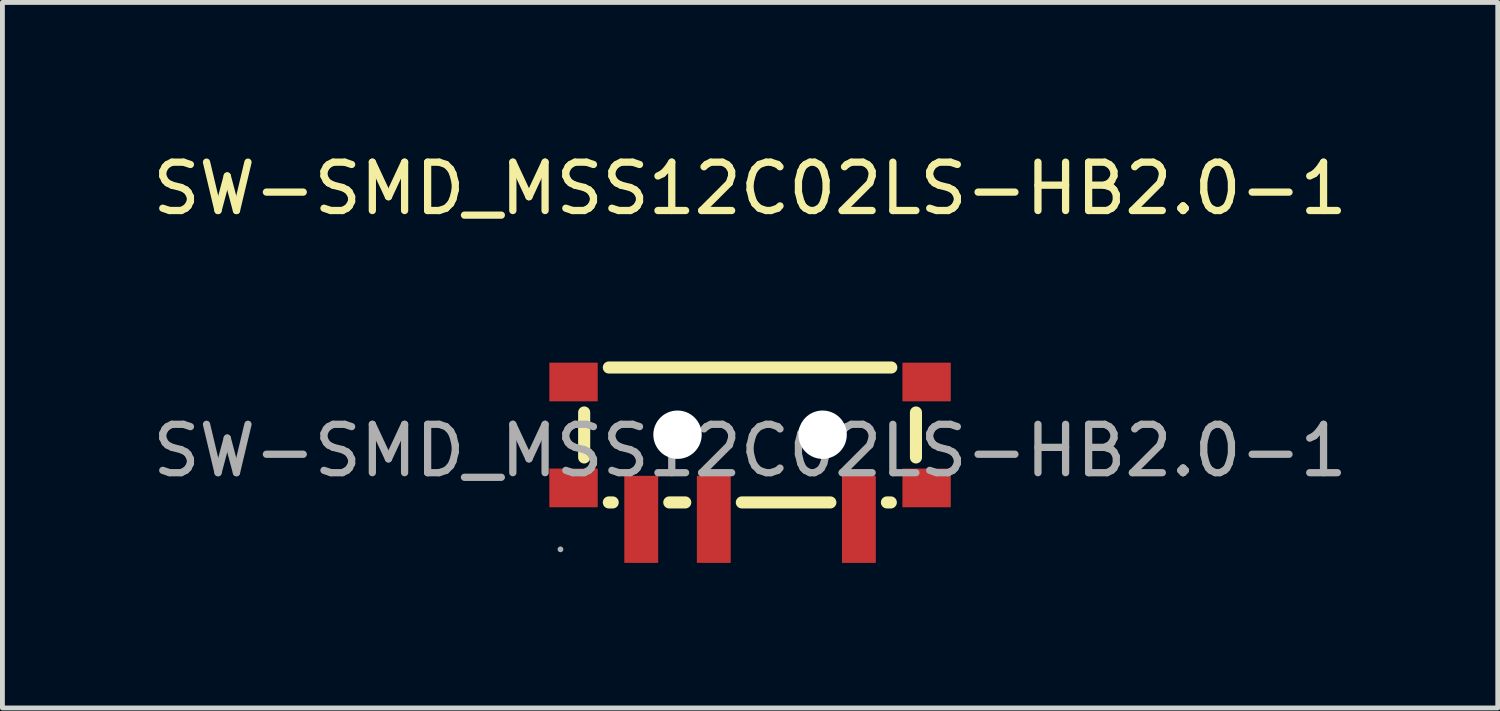
<source format=kicad_pcb>
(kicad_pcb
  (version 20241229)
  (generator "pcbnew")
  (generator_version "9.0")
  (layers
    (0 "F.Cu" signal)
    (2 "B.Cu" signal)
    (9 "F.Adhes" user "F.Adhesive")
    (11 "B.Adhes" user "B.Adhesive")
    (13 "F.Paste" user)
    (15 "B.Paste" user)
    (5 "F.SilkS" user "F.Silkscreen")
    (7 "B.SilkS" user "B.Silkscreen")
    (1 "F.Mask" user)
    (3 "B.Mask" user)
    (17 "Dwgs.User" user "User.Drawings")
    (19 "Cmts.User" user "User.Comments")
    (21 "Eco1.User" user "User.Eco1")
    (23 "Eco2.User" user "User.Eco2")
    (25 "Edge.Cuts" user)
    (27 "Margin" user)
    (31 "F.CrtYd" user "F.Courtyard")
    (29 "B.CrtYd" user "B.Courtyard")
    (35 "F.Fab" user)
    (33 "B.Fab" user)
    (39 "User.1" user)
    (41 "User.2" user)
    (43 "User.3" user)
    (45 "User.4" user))
  (footprint "SW-SMD_MSS12C02LS-HB2.0-1"
    (layer "F.Cu")
    (at 12.458 6.268)
    (property "Reference" "SW-SMD_MSS12C02LS-HB2.0-1" (at 0 -5.42 0) (layer "F.SilkS") (effects (font (size 1 1) (thickness 0.15))))
    (attr smd)
    (fp_line (start -3.43 -0.79) (end -3.43 0.14) (stroke (width 0.25) (type solid)) (layer "F.SilkS"))
    (fp_line (start -2.92 1.07) (end -2.84 1.07) (stroke (width 0.25) (type solid)) (layer "F.SilkS"))
    (fp_line (start -1.67 1.07) (end -1.34 1.07) (stroke (width 0.25) (type solid)) (layer "F.SilkS"))
    (fp_line (start -0.17 1.07) (end 1.66 1.07) (stroke (width 0.25) (type solid)) (layer "F.SilkS"))
    (fp_line (start 2.83 1.07) (end 2.91 1.07) (stroke (width 0.25) (type solid)) (layer "F.SilkS"))
    (fp_line (start 2.92 -1.72) (end -2.92 -1.72) (stroke (width 0.25) (type solid)) (layer "F.SilkS"))
    (fp_line (start 3.43 -0.79) (end 3.43 0.14) (stroke (width 0.25) (type solid)) (layer "F.SilkS"))
    (fp_circle (center -1.5 -0.33) (end -1.32 -0.33) (stroke (width 0.35) (type solid)) (fill no) (layer "Cmts.User"))
    (fp_circle (center 1.5 -0.33) (end 1.68 -0.33) (stroke (width 0.35) (type solid)) (fill no) (layer "Cmts.User"))
    (fp_circle (center -3.92 2.04) (end -3.89 2.04) (stroke (width 0.06) (type solid)) (fill no) (layer "F.Fab"))
    (fp_text user "${REFERENCE}" (at 0 0 0) (layer "F.Fab") (effects (font (size 1 1) (thickness 0.15))))
    (pad "" np_thru_hole circle (at -1.5 -0.33) (size 1 1) (drill 1) (layers "*.Cu" "*.Mask"))
    (pad "" np_thru_hole circle (at 1.5 -0.33) (size 1 1) (drill 1) (layers "*.Cu" "*.Mask"))
    (pad "1" smd rect (at -2.25 1.42) (size 0.7 1.8) (layers "F.Cu" "F.Mask" "F.Paste"))
    (pad "2" smd rect (at -0.75 1.42) (size 0.7 1.8) (layers "F.Cu" "F.Mask" "F.Paste"))
    (pad "3" smd rect (at 2.25 1.42) (size 0.7 1.8) (layers "F.Cu" "F.Mask" "F.Paste"))
    (pad "4" smd rect (at -3.65 -1.42 90) (size 0.8 1) (layers "F.Cu" "F.Mask" "F.Paste"))
    (pad "4" smd rect (at -3.65 0.77 90) (size 0.8 1) (layers "F.Cu" "F.Mask" "F.Paste"))
    (pad "4" smd rect (at 3.65 -1.42 90) (size 0.8 1) (layers "F.Cu" "F.Mask" "F.Paste"))
    (pad "4" smd rect (at 3.65 0.77 90) (size 0.8 1) (layers "F.Cu" "F.Mask" "F.Paste")))
  (gr_rect
    (start -3 -3)
    (end 27.917 11.588)
    (stroke (width 0.1) (type default))
    (fill no)
    (layer "Edge.Cuts")))
</source>
